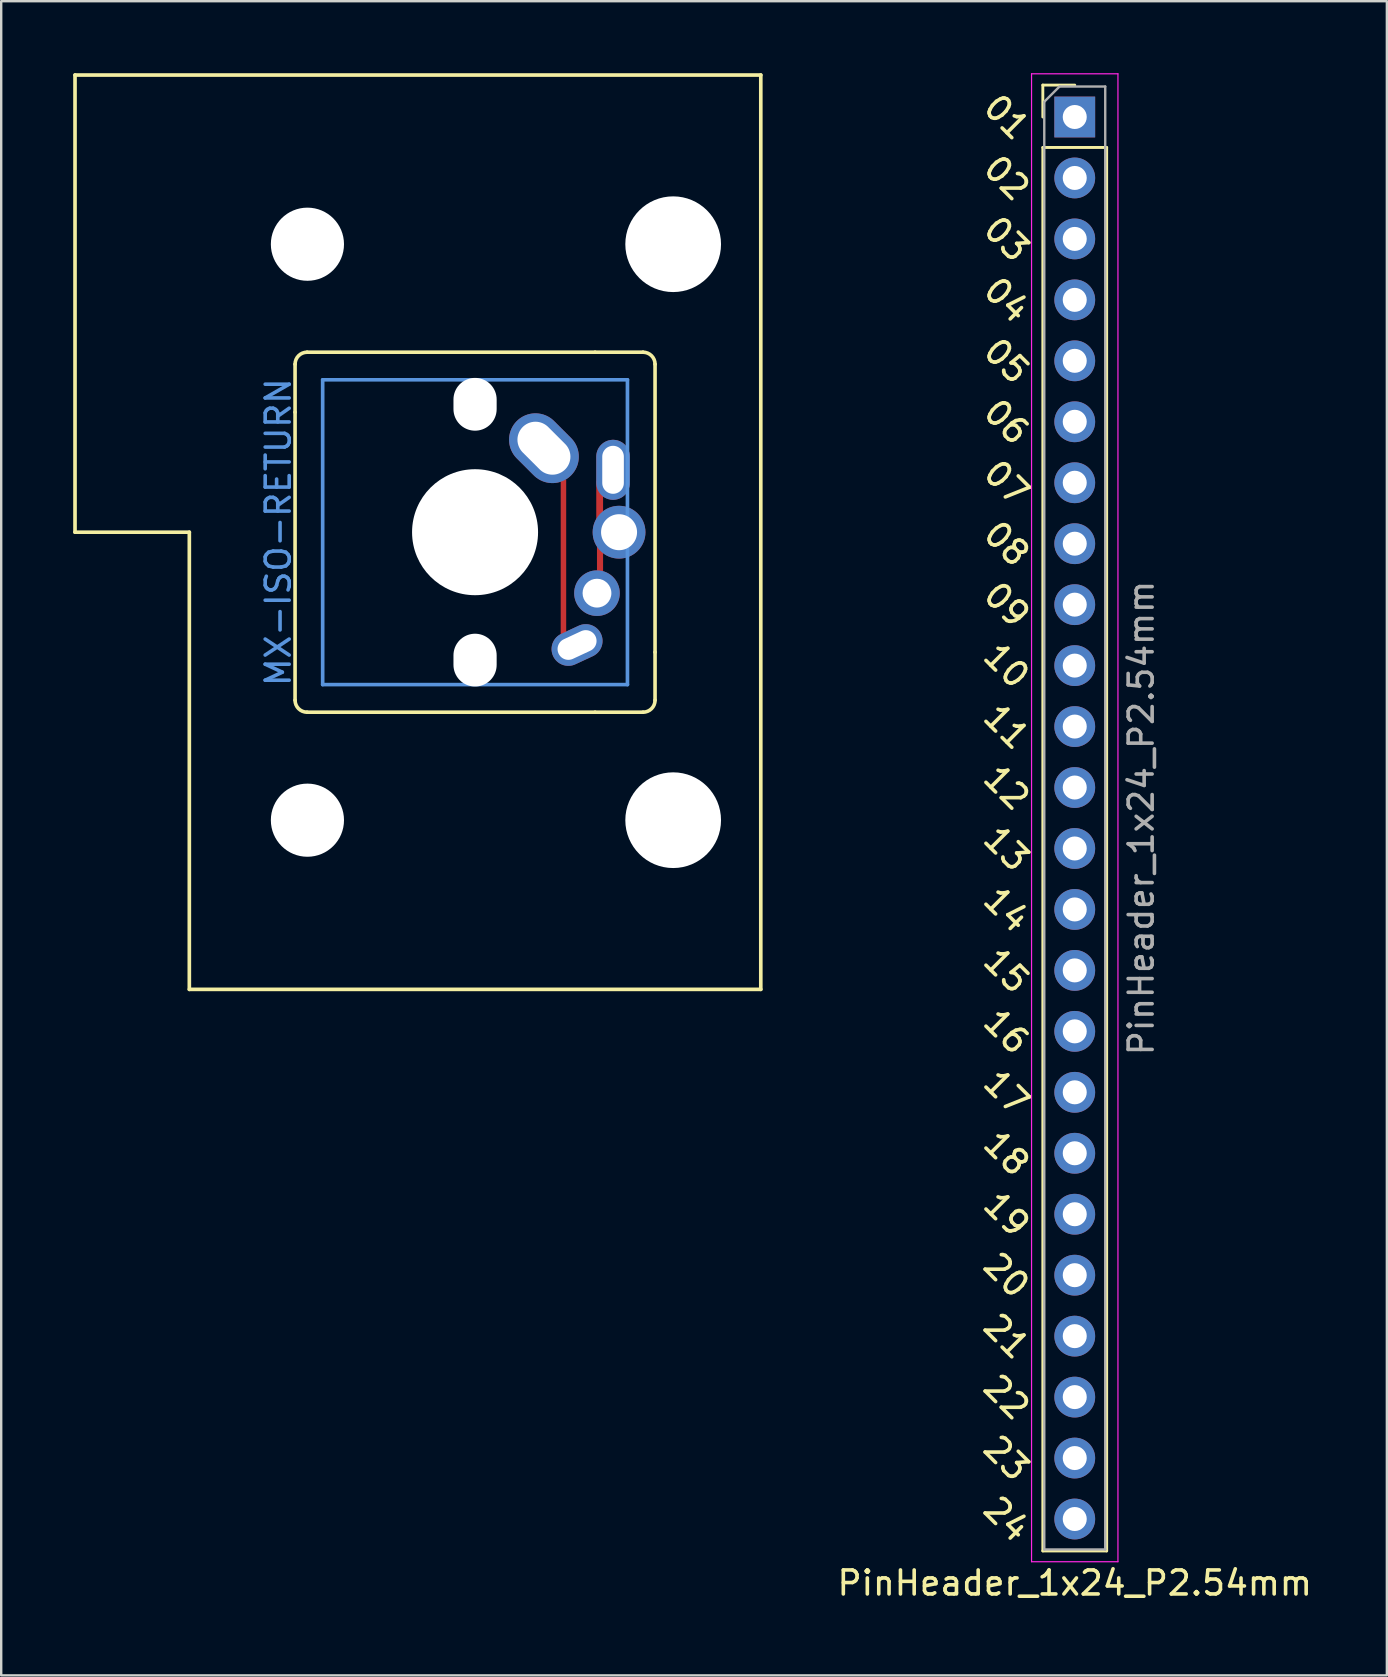
<source format=kicad_pcb>
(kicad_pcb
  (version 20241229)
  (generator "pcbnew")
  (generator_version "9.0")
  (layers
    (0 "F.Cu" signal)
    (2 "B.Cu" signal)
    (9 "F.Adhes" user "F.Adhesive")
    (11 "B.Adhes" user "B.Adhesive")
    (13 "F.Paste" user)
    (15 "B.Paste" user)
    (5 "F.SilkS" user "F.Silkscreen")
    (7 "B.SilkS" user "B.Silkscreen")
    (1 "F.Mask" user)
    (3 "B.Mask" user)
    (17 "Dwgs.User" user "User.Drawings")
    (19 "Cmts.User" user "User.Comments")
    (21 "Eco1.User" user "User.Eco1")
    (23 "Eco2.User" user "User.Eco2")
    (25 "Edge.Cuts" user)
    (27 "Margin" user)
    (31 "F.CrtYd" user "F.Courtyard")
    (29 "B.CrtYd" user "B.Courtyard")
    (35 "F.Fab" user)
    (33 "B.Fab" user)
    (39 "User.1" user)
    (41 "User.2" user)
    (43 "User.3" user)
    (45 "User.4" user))
  (footprint "MX-ISO-RETURN"
    (layer "F.Cu")
    (at 16.745 19.126)
    (property "Reference" "MX-ISO-RETURN" (at -8.2 0 90) (layer "Cmts.User") (effects (font (size 1 1) (thickness 0.15))))
    (attr through_hole)
    (fp_line (start -16.669 -19.05) (end 11.906 -19.05) (stroke (width 0.152) (type solid)) (layer "F.SilkS"))
    (fp_line (start -16.669 0) (end -16.669 -19.05) (stroke (width 0.152) (type solid)) (layer "F.SilkS"))
    (fp_line (start -16.669 0) (end -11.906 0) (stroke (width 0.152) (type solid)) (layer "F.SilkS"))
    (fp_line (start -11.906 19.05) (end -11.906 0) (stroke (width 0.152) (type solid)) (layer "F.SilkS"))
    (fp_line (start -7.5 -7) (end -7.5 -5) (stroke (width 0.15) (type solid)) (layer "F.SilkS"))
    (fp_line (start -7.5 7) (end -7.5 -5) (stroke (width 0.15) (type solid)) (layer "F.SilkS"))
    (fp_line (start -7 -7.5) (end 5 -7.5) (stroke (width 0.15) (type solid)) (layer "F.SilkS"))
    (fp_line (start -7 7.5) (end 5 7.5) (stroke (width 0.15) (type solid)) (layer "F.SilkS"))
    (fp_line (start 7 -7.5) (end 5 -7.5) (stroke (width 0.15) (type solid)) (layer "F.SilkS"))
    (fp_line (start 7 7.5) (end 5 7.5) (stroke (width 0.15) (type solid)) (layer "F.SilkS"))
    (fp_line (start 7.5 -7) (end 7.5 5) (stroke (width 0.15) (type solid)) (layer "F.SilkS"))
    (fp_line (start 7.5 7) (end 7.5 5) (stroke (width 0.15) (type solid)) (layer "F.SilkS"))
    (fp_line (start 11.906 -19.05) (end 11.906 19.05) (stroke (width 0.152) (type solid)) (layer "F.SilkS"))
    (fp_line (start 11.906 19.05) (end -11.906 19.05) (stroke (width 0.152) (type solid)) (layer "F.SilkS"))
    (fp_arc (start -7.5 -7) (mid -7.353553 -7.353553) (end -7 -7.5) (stroke (width 0.15) (type solid)) (layer "F.SilkS"))
    (fp_arc (start -7 7.5) (mid -7.353553 7.353553) (end -7.5 7) (stroke (width 0.15) (type solid)) (layer "F.SilkS"))
    (fp_arc (start 7 -7.5) (mid 7.353553 -7.353553) (end 7.5 -7) (stroke (width 0.15) (type solid)) (layer "F.SilkS"))
    (fp_arc (start 7.5 7) (mid 7.353553 7.353553) (end 7 7.5) (stroke (width 0.15) (type solid)) (layer "F.SilkS"))
    (fp_line (start -6.35 -6.35) (end 6.35 -6.35) (stroke (width 0.152) (type solid)) (layer "Cmts.User"))
    (fp_line (start -6.35 6.35) (end -6.35 -6.35) (stroke (width 0.152) (type solid)) (layer "Cmts.User"))
    (fp_line (start 6.35 -6.35) (end 6.35 6.35) (stroke (width 0.152) (type solid)) (layer "Cmts.User"))
    (fp_line (start 6.35 6.35) (end -6.35 6.35) (stroke (width 0.152) (type solid)) (layer "Cmts.User"))
    (fp_line (start -6.985 -6.985) (end -6.005 -6.985) (stroke (width 0.152) (type solid)) (layer "Eco2.User"))
    (fp_line (start -6.985 6.985) (end -6.985 -6.985) (stroke (width 0.152) (type solid)) (layer "Eco2.User"))
    (fp_line (start -6.005 -7.798) (end -2.504 -7.798) (stroke (width 0.152) (type solid)) (layer "Eco2.User"))
    (fp_line (start -6.005 -6.985) (end -6.005 -7.798) (stroke (width 0.152) (type solid)) (layer "Eco2.User"))
    (fp_line (start -6.005 6.985) (end -6.985 6.985) (stroke (width 0.152) (type solid)) (layer "Eco2.User"))
    (fp_line (start -6.005 7.798) (end -6.005 6.985) (stroke (width 0.152) (type solid)) (layer "Eco2.User"))
    (fp_line (start -2.504 -7.798) (end -2.504 -6.985) (stroke (width 0.152) (type solid)) (layer "Eco2.User"))
    (fp_line (start -2.504 -6.985) (end 2.504 -6.985) (stroke (width 0.152) (type solid)) (layer "Eco2.User"))
    (fp_line (start -2.504 6.985) (end -2.504 7.798) (stroke (width 0.152) (type solid)) (layer "Eco2.User"))
    (fp_line (start -2.504 7.798) (end -6.005 7.798) (stroke (width 0.152) (type solid)) (layer "Eco2.User"))
    (fp_line (start 2.504 -7.798) (end 6.005 -7.798) (stroke (width 0.152) (type solid)) (layer "Eco2.User"))
    (fp_line (start 2.504 -6.985) (end 2.504 -7.798) (stroke (width 0.152) (type solid)) (layer "Eco2.User"))
    (fp_line (start 2.504 6.985) (end -2.504 6.985) (stroke (width 0.152) (type solid)) (layer "Eco2.User"))
    (fp_line (start 2.504 7.798) (end 2.504 6.985) (stroke (width 0.152) (type solid)) (layer "Eco2.User"))
    (fp_line (start 6.005 -7.798) (end 6.005 -6.985) (stroke (width 0.152) (type solid)) (layer "Eco2.User"))
    (fp_line (start 6.005 -6.985) (end 6.985 -6.985) (stroke (width 0.152) (type solid)) (layer "Eco2.User"))
    (fp_line (start 6.005 6.985) (end 6.005 7.798) (stroke (width 0.152) (type solid)) (layer "Eco2.User"))
    (fp_line (start 6.005 7.798) (end 2.504 7.798) (stroke (width 0.152) (type solid)) (layer "Eco2.User"))
    (fp_line (start 6.985 -6.985) (end 6.985 6.985) (stroke (width 0.152) (type solid)) (layer "Eco2.User"))
    (fp_line (start 6.985 6.985) (end 6.005 6.985) (stroke (width 0.152) (type solid)) (layer "Eco2.User"))
    (pad "" np_thru_hole circle (at -6.985 -12 270) (size 3.048 3.048) (drill 3.048) (layers "*.Cu" "*.Mask"))
    (pad "" np_thru_hole circle (at -6.985 12 270) (size 3.048 3.048) (drill 3.048) (layers "*.Cu" "*.Mask"))
    (pad "" np_thru_hole oval (at 0 -5.33) (size 1.8 2.2) (drill oval 1.8 2.2) (layers "*.Cu" "*.Mask"))
    (pad "" np_thru_hole circle (at 0 0 270) (size 5.25 5.25) (drill 5.25) (layers "*.Cu" "*.Mask"))
    (pad "" np_thru_hole oval (at 0 5.33) (size 1.8 2.2) (drill oval 1.8 2.2) (layers "*.Cu" "*.Mask"))
    (pad "" np_thru_hole circle (at 8.255 -12 270) (size 3.988 3.988) (drill 3.988) (layers "*.Cu" "*.Mask"))
    (pad "" np_thru_hole circle (at 8.255 12 270) (size 3.988 3.988) (drill 3.988) (layers "*.Cu" "*.Mask"))
    (pad "1" thru_hole oval (at 2.87 -3.5 315) (size 3.2 2.2) (drill oval 2.5 1.5) (layers "*.Cu" "*.Mask"))
    (pad "1" smd rect (at 3.683 1.219) (size 0.229 6.833) (layers "F.Cu" "F.Mask" "F.Paste"))
    (pad "1" thru_hole oval (at 4.25 4.7 295) (size 1.4 2.2) (drill oval 0.9 1.7) (layers "*.Cu" "*.Mask"))
    (pad "2" thru_hole circle (at 5.08 2.54 180) (size 1.9 1.9) (drill 1.2) (layers "*.Cu" "*.Mask"))
    (pad "2" smd rect (at 5.192 -1.26) (size 0.284 1.758) (layers "F.Cu" "F.Mask" "F.Paste"))
    (pad "2" smd rect (at 5.207 1.27) (size 0.254 1.312) (layers "F.Cu" "F.Mask" "F.Paste"))
    (pad "2" thru_hole oval (at 5.75 -2.6) (size 1.4 2.5) (drill oval 0.9 2) (layers "*.Cu" "*.Mask"))
    (pad "2" thru_hole circle (at 6 0 180) (size 2.2 2.2) (drill 1.5) (layers "*.Cu" "*.Mask")))
  (footprint "PinHeader_1x24_P2.54mm"
    (layer "F.Cu")
    (at 41.733 1.825)
    (property "Reference" "PinHeader_1x24_P2.54mm" (at 0 61.087 180) (layer "F.SilkS") (effects (font (size 1 1) (thickness 0.15))))
    (attr through_hole)
    (fp_line (start -1.33 -1.33) (end 0 -1.33) (stroke (width 0.12) (type solid)) (layer "F.SilkS"))
    (fp_line (start -1.33 0) (end -1.33 -1.33) (stroke (width 0.12) (type solid)) (layer "F.SilkS"))
    (fp_line (start -1.33 1.27) (end -1.33 59.75) (stroke (width 0.12) (type solid)) (layer "F.SilkS"))
    (fp_line (start -1.33 1.27) (end 1.33 1.27) (stroke (width 0.12) (type solid)) (layer "F.SilkS"))
    (fp_line (start -1.33 59.75) (end 1.33 59.75) (stroke (width 0.12) (type solid)) (layer "F.SilkS"))
    (fp_line (start 1.33 1.27) (end 1.33 59.75) (stroke (width 0.12) (type solid)) (layer "F.SilkS"))
    (fp_line (start -1.8 -1.8) (end -1.8 60.2) (stroke (width 0.05) (type solid)) (layer "F.CrtYd"))
    (fp_line (start -1.8 60.2) (end 1.8 60.2) (stroke (width 0.05) (type solid)) (layer "F.CrtYd"))
    (fp_line (start 1.8 -1.8) (end -1.8 -1.8) (stroke (width 0.05) (type solid)) (layer "F.CrtYd"))
    (fp_line (start 1.8 60.2) (end 1.8 -1.8) (stroke (width 0.05) (type solid)) (layer "F.CrtYd"))
    (fp_line (start -1.27 -0.635) (end -0.635 -1.27) (stroke (width 0.1) (type solid)) (layer "F.Fab"))
    (fp_line (start -1.27 59.69) (end -1.27 -0.635) (stroke (width 0.1) (type solid)) (layer "F.Fab"))
    (fp_line (start -0.635 -1.27) (end 1.27 -1.27) (stroke (width 0.1) (type solid)) (layer "F.Fab"))
    (fp_line (start 1.27 -1.27) (end 1.27 59.69) (stroke (width 0.1) (type solid)) (layer "F.Fab"))
    (fp_line (start 1.27 59.69) (end -1.27 59.69) (stroke (width 0.1) (type solid)) (layer "F.Fab"))
    (fp_text user "06" (at -2.84 12.7 315) (layer "F.SilkS") (effects (font (size 1 1) (thickness 0.15))))
    (fp_text user "20" (at -2.84 48.26 315) (layer "F.SilkS") (effects (font (size 1 1) (thickness 0.15))))
    (fp_text user "07" (at -2.84 15.24 315) (layer "F.SilkS") (effects (font (size 1 1) (thickness 0.15))))
    (fp_text user "08" (at -2.84 17.78 315) (layer "F.SilkS") (effects (font (size 1 1) (thickness 0.15))))
    (fp_text user "03" (at -2.84 5.08 315) (layer "F.SilkS") (effects (font (size 1 1) (thickness 0.15))))
    (fp_text user "19" (at -2.84 45.72 315) (layer "F.SilkS") (effects (font (size 1 1) (thickness 0.15))))
    (fp_text user "01" (at -2.84 0 315) (layer "F.SilkS") (effects (font (size 1 1) (thickness 0.15))))
    (fp_text user "04" (at -2.84 7.62 315) (layer "F.SilkS") (effects (font (size 1 1) (thickness 0.15))))
    (fp_text user "15" (at -2.84 35.56 315) (layer "F.SilkS") (effects (font (size 1 1) (thickness 0.15))))
    (fp_text user "23" (at -2.84 55.88 315) (layer "F.SilkS") (effects (font (size 1 1) (thickness 0.15))))
    (fp_text user "09" (at -2.84 20.32 315) (layer "F.SilkS") (effects (font (size 1 1) (thickness 0.15))))
    (fp_text user "11" (at -2.84 25.4 315) (layer "F.SilkS") (effects (font (size 1 1) (thickness 0.15))))
    (fp_text user "05" (at -2.84 10.16 315) (layer "F.SilkS") (effects (font (size 1 1) (thickness 0.15))))
    (fp_text user "13" (at -2.84 30.48 315) (layer "F.SilkS") (effects (font (size 1 1) (thickness 0.15))))
    (fp_text user "02" (at -2.84 2.54 315) (layer "F.SilkS") (effects (font (size 1 1) (thickness 0.15))))
    (fp_text user "14" (at -2.84 33.02 315) (layer "F.SilkS") (effects (font (size 1 1) (thickness 0.15))))
    (fp_text user "16" (at -2.84 38.1 315) (layer "F.SilkS") (effects (font (size 1 1) (thickness 0.15))))
    (fp_text user "17" (at -2.84 40.64 315) (layer "F.SilkS") (effects (font (size 1 1) (thickness 0.15))))
    (fp_text user "21" (at -2.84 50.8 315) (layer "F.SilkS") (effects (font (size 1 1) (thickness 0.15))))
    (fp_text user "24" (at -2.84 58.42 315) (layer "F.SilkS") (effects (font (size 1 1) (thickness 0.15))))
    (fp_text user "18" (at -2.84 43.18 315) (layer "F.SilkS") (effects (font (size 1 1) (thickness 0.15))))
    (fp_text user "10" (at -2.84 22.86 315) (layer "F.SilkS") (effects (font (size 1 1) (thickness 0.15))))
    (fp_text user "12" (at -2.84 27.94 315) (layer "F.SilkS") (effects (font (size 1 1) (thickness 0.15))))
    (fp_text user "22" (at -2.84 53.34 315) (layer "F.SilkS") (effects (font (size 1 1) (thickness 0.15))))
    (fp_text user "${REFERENCE}" (at 2.77 29.21 90) (layer "F.Fab") (effects (font (size 1 1) (thickness 0.15))))
    (pad "1" thru_hole rect (at 0 0) (size 1.7 1.7) (drill 1) (layers "*.Cu" "*.Mask"))
    (pad "2" thru_hole oval (at 0 2.54) (size 1.7 1.7) (drill 1) (layers "*.Cu" "*.Mask"))
    (pad "3" thru_hole oval (at 0 5.08) (size 1.7 1.7) (drill 1) (layers "*.Cu" "*.Mask"))
    (pad "4" thru_hole oval (at 0 7.62) (size 1.7 1.7) (drill 1) (layers "*.Cu" "*.Mask"))
    (pad "5" thru_hole oval (at 0 10.16) (size 1.7 1.7) (drill 1) (layers "*.Cu" "*.Mask"))
    (pad "6" thru_hole oval (at 0 12.7) (size 1.7 1.7) (drill 1) (layers "*.Cu" "*.Mask"))
    (pad "7" thru_hole oval (at 0 15.24) (size 1.7 1.7) (drill 1) (layers "*.Cu" "*.Mask"))
    (pad "8" thru_hole oval (at 0 17.78) (size 1.7 1.7) (drill 1) (layers "*.Cu" "*.Mask"))
    (pad "9" thru_hole oval (at 0 20.32) (size 1.7 1.7) (drill 1) (layers "*.Cu" "*.Mask"))
    (pad "10" thru_hole oval (at 0 22.86) (size 1.7 1.7) (drill 1) (layers "*.Cu" "*.Mask"))
    (pad "11" thru_hole oval (at 0 25.4) (size 1.7 1.7) (drill 1) (layers "*.Cu" "*.Mask"))
    (pad "12" thru_hole oval (at 0 27.94) (size 1.7 1.7) (drill 1) (layers "*.Cu" "*.Mask"))
    (pad "13" thru_hole oval (at 0 30.48) (size 1.7 1.7) (drill 1) (layers "*.Cu" "*.Mask"))
    (pad "14" thru_hole oval (at 0 33.02) (size 1.7 1.7) (drill 1) (layers "*.Cu" "*.Mask"))
    (pad "15" thru_hole oval (at 0 35.56) (size 1.7 1.7) (drill 1) (layers "*.Cu" "*.Mask"))
    (pad "16" thru_hole oval (at 0 38.1) (size 1.7 1.7) (drill 1) (layers "*.Cu" "*.Mask"))
    (pad "17" thru_hole oval (at 0 40.64) (size 1.7 1.7) (drill 1) (layers "*.Cu" "*.Mask"))
    (pad "18" thru_hole oval (at 0 43.18) (size 1.7 1.7) (drill 1) (layers "*.Cu" "*.Mask"))
    (pad "19" thru_hole oval (at 0 45.72) (size 1.7 1.7) (drill 1) (layers "*.Cu" "*.Mask"))
    (pad "20" thru_hole oval (at 0 48.26) (size 1.7 1.7) (drill 1) (layers "*.Cu" "*.Mask"))
    (pad "21" thru_hole oval (at 0 50.8) (size 1.7 1.7) (drill 1) (layers "*.Cu" "*.Mask"))
    (pad "22" thru_hole oval (at 0 53.34) (size 1.7 1.7) (drill 1) (layers "*.Cu" "*.Mask"))
    (pad "23" thru_hole oval (at 0 55.88) (size 1.7 1.7) (drill 1) (layers "*.Cu" "*.Mask"))
    (pad "24" thru_hole oval (at 0 58.42) (size 1.7 1.7) (drill 1) (layers "*.Cu" "*.Mask")))
  (gr_rect
    (start -3 -3)
    (end 54.739 66.76)
    (stroke (width 0.1) (type default))
    (fill no)
    (layer "Edge.Cuts")))
</source>
